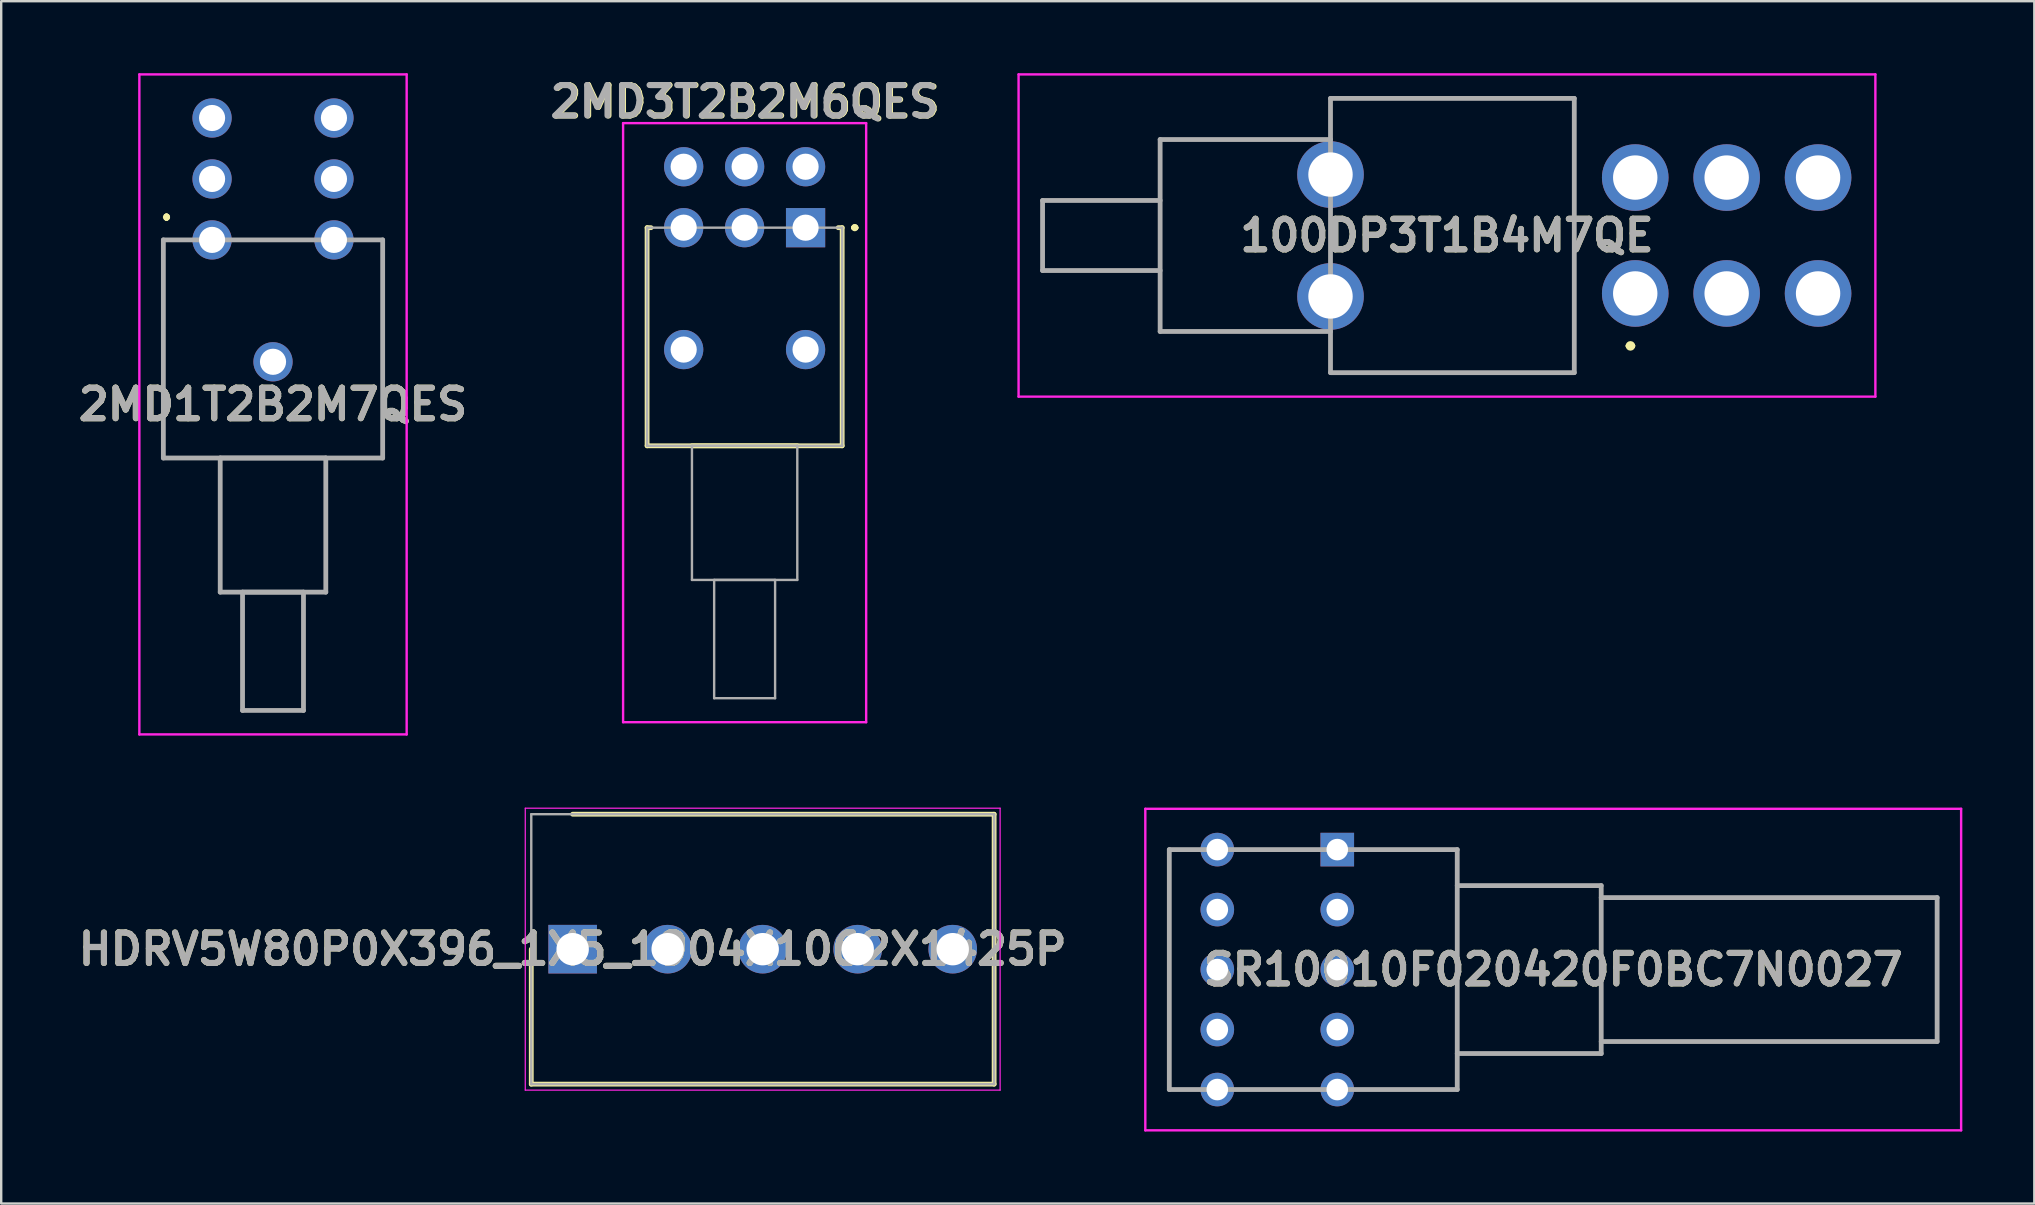
<source format=kicad_pcb>
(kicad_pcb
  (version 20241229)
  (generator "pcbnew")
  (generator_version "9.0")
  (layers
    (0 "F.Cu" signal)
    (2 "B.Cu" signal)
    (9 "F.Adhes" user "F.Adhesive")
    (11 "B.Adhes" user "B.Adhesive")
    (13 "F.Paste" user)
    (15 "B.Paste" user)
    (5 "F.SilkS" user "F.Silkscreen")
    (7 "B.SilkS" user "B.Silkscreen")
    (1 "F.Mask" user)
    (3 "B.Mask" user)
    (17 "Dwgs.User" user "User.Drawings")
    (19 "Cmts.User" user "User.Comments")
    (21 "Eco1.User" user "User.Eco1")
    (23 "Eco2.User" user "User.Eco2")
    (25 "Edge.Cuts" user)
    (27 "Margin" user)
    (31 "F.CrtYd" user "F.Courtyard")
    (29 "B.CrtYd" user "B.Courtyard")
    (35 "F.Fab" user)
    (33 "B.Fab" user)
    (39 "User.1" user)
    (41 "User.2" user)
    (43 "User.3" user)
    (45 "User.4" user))
  (footprint "100DP3T1B4M7QE"
    (layer "F.Cu")
    (at 65.1 9.18)
    (property "Reference" "100DP3T1B4M7QE" (at -7.846 -2.415 0) (layer "F.SilkS") (effects (font (size 1.27 1.27) (thickness 0.254))))
    (attr through_hole)
    (fp_line (start -24.7 -3.875) (end -24.7 -0.955) (stroke (width 0.1) (type solid)) (layer "F.SilkS"))
    (fp_line (start -24.7 -0.955) (end -19.8 -0.955) (stroke (width 0.1) (type solid)) (layer "F.SilkS"))
    (fp_line (start -20 -3.875) (end -24.7 -3.875) (stroke (width 0.1) (type solid)) (layer "F.SilkS"))
    (fp_line (start -19.8 -6.415) (end -19.8 1.585) (stroke (width 0.1) (type solid)) (layer "F.SilkS"))
    (fp_line (start -19.8 1.585) (end -14.5 1.585) (stroke (width 0.1) (type solid)) (layer "F.SilkS"))
    (fp_line (start -14.5 -6.415) (end -19.8 -6.415) (stroke (width 0.1) (type solid)) (layer "F.SilkS"))
    (fp_line (start -12.7 -8.13) (end -2.54 -8.13) (stroke (width 0.1) (type solid)) (layer "F.SilkS"))
    (fp_line (start -2.54 -8.13) (end -2.54 3.3) (stroke (width 0.1) (type solid)) (layer "F.SilkS"))
    (fp_line (start -2.54 3.3) (end -12.7 3.3) (stroke (width 0.1) (type solid)) (layer "F.SilkS"))
    (fp_line (start -0.3 2.185) (end -0.3 2.185) (stroke (width 0.2) (type solid)) (layer "F.SilkS"))
    (fp_line (start -0.1 2.185) (end -0.1 2.185) (stroke (width 0.2) (type solid)) (layer "F.SilkS"))
    (fp_arc (start -0.3 2.185) (mid -0.2 2.085) (end -0.1 2.185) (stroke (width 0.2) (type solid)) (layer "F.SilkS"))
    (fp_arc (start -0.1 2.185) (mid -0.2 2.285) (end -0.3 2.185) (stroke (width 0.2) (type solid)) (layer "F.SilkS"))
    (fp_line (start -25.7 -9.13) (end 10.008 -9.13) (stroke (width 0.1) (type solid)) (layer "F.CrtYd"))
    (fp_line (start -25.7 4.3) (end -25.7 -9.13) (stroke (width 0.1) (type solid)) (layer "F.CrtYd"))
    (fp_line (start 10.008 -9.13) (end 10.008 4.3) (stroke (width 0.1) (type solid)) (layer "F.CrtYd"))
    (fp_line (start 10.008 4.3) (end -25.7 4.3) (stroke (width 0.1) (type solid)) (layer "F.CrtYd"))
    (fp_line (start -24.7 -3.875) (end -24.7 -0.955) (stroke (width 0.2) (type solid)) (layer "F.Fab"))
    (fp_line (start -24.7 -0.955) (end -19.8 -0.955) (stroke (width 0.2) (type solid)) (layer "F.Fab"))
    (fp_line (start -19.8 -6.415) (end -19.8 1.585) (stroke (width 0.2) (type solid)) (layer "F.Fab"))
    (fp_line (start -19.8 -3.875) (end -24.7 -3.875) (stroke (width 0.2) (type solid)) (layer "F.Fab"))
    (fp_line (start -19.8 1.585) (end -12.7 1.585) (stroke (width 0.2) (type solid)) (layer "F.Fab"))
    (fp_line (start -12.7 -8.13) (end -2.54 -8.13) (stroke (width 0.2) (type solid)) (layer "F.Fab"))
    (fp_line (start -12.7 -6.415) (end -19.8 -6.415) (stroke (width 0.2) (type solid)) (layer "F.Fab"))
    (fp_line (start -12.7 3.3) (end -12.7 -8.13) (stroke (width 0.2) (type solid)) (layer "F.Fab"))
    (fp_line (start -2.54 -8.13) (end -2.54 3.3) (stroke (width 0.2) (type solid)) (layer "F.Fab"))
    (fp_line (start -2.54 3.3) (end -12.7 3.3) (stroke (width 0.2) (type solid)) (layer "F.Fab"))
    (fp_text user "${REFERENCE}" (at -7.846 -2.415 0) (layer "F.Fab") (effects (font (size 1.27 1.27) (thickness 0.254))))
    (pad "1" thru_hole circle (at 0 0) (size 2.775 2.775) (drill 1.85) (layers "*.Cu" "*.Mask"))
    (pad "2" thru_hole circle (at 3.81 0) (size 2.775 2.775) (drill 1.85) (layers "*.Cu" "*.Mask"))
    (pad "3" thru_hole circle (at 7.62 0) (size 2.775 2.775) (drill 1.85) (layers "*.Cu" "*.Mask"))
    (pad "4" thru_hole circle (at 0 -4.83) (size 2.775 2.775) (drill 1.85) (layers "*.Cu" "*.Mask"))
    (pad "5" thru_hole circle (at 3.81 -4.83) (size 2.775 2.775) (drill 1.85) (layers "*.Cu" "*.Mask"))
    (pad "6" thru_hole circle (at 7.62 -4.83) (size 2.775 2.775) (drill 1.85) (layers "*.Cu" "*.Mask"))
    (pad "MH1" thru_hole circle (at -12.7 0.125) (size 2.775 2.775) (drill 1.85) (layers "*.Cu" "*.Mask"))
    (pad "MH2" thru_hole circle (at -12.7 -4.955) (size 2.775 2.775) (drill 1.85) (layers "*.Cu" "*.Mask")))
  (footprint "2MD3T2B2M6QES"
    (layer "F.Cu")
    (at 30.523 6.439)
    (property "Reference" "2MD3T2B2M6QES" (at -2.5 -5.25 0) (layer "F.SilkS") (effects (font (size 1.27 1.27) (thickness 0.254))))
    (attr through_hole)
    (fp_line (start -6.605 0) (end -6.605 9.09) (stroke (width 0.2) (type solid)) (layer "F.SilkS"))
    (fp_line (start -6.605 9.09) (end 1.525 9.09) (stroke (width 0.2) (type solid)) (layer "F.SilkS"))
    (fp_line (start -6.44 0) (end -6.605 0) (stroke (width 0.2) (type solid)) (layer "F.SilkS"))
    (fp_line (start -4.735 9.09) (end -0.345 9.09) (stroke (width 0.2) (type solid)) (layer "F.SilkS"))
    (fp_line (start 1.525 0) (end 1.36 0) (stroke (width 0.2) (type solid)) (layer "F.SilkS"))
    (fp_line (start 1.525 9.09) (end 1.525 0) (stroke (width 0.2) (type solid)) (layer "F.SilkS"))
    (fp_line (start 2 0) (end 2 0) (stroke (width 0.2) (type solid)) (layer "F.SilkS"))
    (fp_line (start 2.1 0) (end 2.1 0) (stroke (width 0.2) (type solid)) (layer "F.SilkS"))
    (fp_line (start 2.1 0) (end 2.1 0) (stroke (width 0.2) (type solid)) (layer "F.SilkS"))
    (fp_arc (start 2 0) (mid 2.05 -0.05) (end 2.1 0) (stroke (width 0.2) (type solid)) (layer "F.SilkS"))
    (fp_arc (start 2 0) (mid 2.05 -0.05) (end 2.1 0) (stroke (width 0.2) (type solid)) (layer "F.SilkS"))
    (fp_arc (start 2.1 0) (mid 2.05 0.05) (end 2 0) (stroke (width 0.2) (type solid)) (layer "F.SilkS"))
    (fp_line (start -7.605 -4.357) (end 2.525 -4.357) (stroke (width 0.1) (type solid)) (layer "F.CrtYd"))
    (fp_line (start -7.605 20.61) (end -7.605 -4.357) (stroke (width 0.1) (type solid)) (layer "F.CrtYd"))
    (fp_line (start 2.525 -4.357) (end 2.525 20.61) (stroke (width 0.1) (type solid)) (layer "F.CrtYd"))
    (fp_line (start 2.525 20.61) (end -7.605 20.61) (stroke (width 0.1) (type solid)) (layer "F.CrtYd"))
    (fp_line (start -6.605 0) (end -6.605 9.09) (stroke (width 0.1) (type solid)) (layer "F.Fab"))
    (fp_line (start -6.605 9.09) (end 1.525 9.09) (stroke (width 0.1) (type solid)) (layer "F.Fab"))
    (fp_line (start -4.735 9.09) (end -0.345 9.09) (stroke (width 0.1) (type solid)) (layer "F.Fab"))
    (fp_line (start -4.735 14.68) (end -4.735 9.09) (stroke (width 0.1) (type solid)) (layer "F.Fab"))
    (fp_line (start -3.81 14.68) (end -1.27 14.68) (stroke (width 0.1) (type solid)) (layer "F.Fab"))
    (fp_line (start -3.81 19.61) (end -3.81 14.68) (stroke (width 0.1) (type solid)) (layer "F.Fab"))
    (fp_line (start -1.27 14.68) (end -1.27 19.61) (stroke (width 0.1) (type solid)) (layer "F.Fab"))
    (fp_line (start -1.27 19.61) (end -3.81 19.61) (stroke (width 0.1) (type solid)) (layer "F.Fab"))
    (fp_line (start -0.345 9.09) (end -0.345 14.68) (stroke (width 0.1) (type solid)) (layer "F.Fab"))
    (fp_line (start -0.345 14.68) (end -4.735 14.68) (stroke (width 0.1) (type solid)) (layer "F.Fab"))
    (fp_line (start 1.525 0) (end -6.605 0) (stroke (width 0.1) (type solid)) (layer "F.Fab"))
    (fp_line (start 1.525 9.09) (end 1.525 0) (stroke (width 0.1) (type solid)) (layer "F.Fab"))
    (fp_text user "${REFERENCE}" (at -2.54 -5.25 0) (layer "F.Fab") (effects (font (size 1.27 1.27) (thickness 0.254))))
    (pad "1" thru_hole rect (at 0 0) (size 1.635 1.635) (drill 1.09) (layers "*.Cu" "*.Mask"))
    (pad "2" thru_hole circle (at -2.54 0) (size 1.635 1.635) (drill 1.09) (layers "*.Cu" "*.Mask"))
    (pad "3" thru_hole circle (at -5.08 0) (size 1.635 1.635) (drill 1.09) (layers "*.Cu" "*.Mask"))
    (pad "4" thru_hole circle (at 0 -2.54) (size 1.635 1.635) (drill 1.09) (layers "*.Cu" "*.Mask"))
    (pad "5" thru_hole circle (at -2.54 -2.54) (size 1.635 1.635) (drill 1.09) (layers "*.Cu" "*.Mask"))
    (pad "6" thru_hole circle (at -5.08 -2.54) (size 1.635 1.635) (drill 1.09) (layers "*.Cu" "*.Mask"))
    (pad "MH1" thru_hole circle (at 0 5.08) (size 1.635 1.635) (drill 1.09) (layers "*.Cu" "*.Mask"))
    (pad "MH2" thru_hole circle (at -5.08 5.08) (size 1.635 1.635) (drill 1.09) (layers "*.Cu" "*.Mask")))
  (footprint "2MD1T2B2M7QES"
    (layer "F.Cu")
    (at 5.788 6.948)
    (property "Reference" "2MD1T2B2M7QES" (at 2.54 6.856 0) (layer "F.SilkS") (effects (font (size 1.27 1.27) (thickness 0.254))))
    (attr through_hole)
    (fp_line (start -2.03 0) (end -2.03 0) (stroke (width 0.1) (type solid)) (layer "F.SilkS"))
    (fp_line (start -2.03 0) (end -2.03 9.09) (stroke (width 0.1) (type solid)) (layer "F.SilkS"))
    (fp_line (start -2.03 9.09) (end -2.03 0) (stroke (width 0.1) (type solid)) (layer "F.SilkS"))
    (fp_line (start -2.03 9.09) (end -2.03 9.09) (stroke (width 0.1) (type solid)) (layer "F.SilkS"))
    (fp_line (start -2.03 9.09) (end -2.03 9.09) (stroke (width 0.1) (type solid)) (layer "F.SilkS"))
    (fp_line (start -2.03 9.09) (end 7.11 9.09) (stroke (width 0.1) (type solid)) (layer "F.SilkS"))
    (fp_line (start -1.9 -1) (end -1.9 -1) (stroke (width 0.2) (type solid)) (layer "F.SilkS"))
    (fp_line (start -1.9 -0.9) (end -1.9 -0.9) (stroke (width 0.2) (type solid)) (layer "F.SilkS"))
    (fp_line (start -1.9 -0.9) (end -1.9 -0.9) (stroke (width 0.2) (type solid)) (layer "F.SilkS"))
    (fp_line (start 0.34 9.09) (end 4.74 9.09) (stroke (width 0.1) (type solid)) (layer "F.SilkS"))
    (fp_line (start 0.34 14.68) (end 0.34 9.09) (stroke (width 0.1) (type solid)) (layer "F.SilkS"))
    (fp_line (start 1.27 14.68) (end 3.81 14.68) (stroke (width 0.1) (type solid)) (layer "F.SilkS"))
    (fp_line (start 1.27 19.61) (end 1.27 14.68) (stroke (width 0.1) (type solid)) (layer "F.SilkS"))
    (fp_line (start 1.54 0) (end 1.54 0) (stroke (width 0.1) (type solid)) (layer "F.SilkS"))
    (fp_line (start 1.54 0) (end 3.54 0) (stroke (width 0.1) (type solid)) (layer "F.SilkS"))
    (fp_line (start 3.54 0) (end 1.54 0) (stroke (width 0.1) (type solid)) (layer "F.SilkS"))
    (fp_line (start 3.54 0) (end 3.54 0) (stroke (width 0.1) (type solid)) (layer "F.SilkS"))
    (fp_line (start 3.81 14.68) (end 3.81 19.61) (stroke (width 0.1) (type solid)) (layer "F.SilkS"))
    (fp_line (start 3.81 19.61) (end 1.27 19.61) (stroke (width 0.1) (type solid)) (layer "F.SilkS"))
    (fp_line (start 4.74 9.09) (end 4.74 14.68) (stroke (width 0.1) (type solid)) (layer "F.SilkS"))
    (fp_line (start 4.74 14.68) (end 0.34 14.68) (stroke (width 0.1) (type solid)) (layer "F.SilkS"))
    (fp_line (start 7.11 0) (end 7.11 0) (stroke (width 0.1) (type solid)) (layer "F.SilkS"))
    (fp_line (start 7.11 0) (end 7.11 9.09) (stroke (width 0.1) (type solid)) (layer "F.SilkS"))
    (fp_line (start 7.11 9.09) (end -2.03 9.09) (stroke (width 0.1) (type solid)) (layer "F.SilkS"))
    (fp_line (start 7.11 9.09) (end 7.11 0) (stroke (width 0.1) (type solid)) (layer "F.SilkS"))
    (fp_line (start 7.11 9.09) (end 7.11 9.09) (stroke (width 0.1) (type solid)) (layer "F.SilkS"))
    (fp_line (start 7.11 9.09) (end 7.11 9.09) (stroke (width 0.1) (type solid)) (layer "F.SilkS"))
    (fp_arc (start -1.9 -1) (mid -1.85 -0.95) (end -1.9 -0.9) (stroke (width 0.2) (type solid)) (layer "F.SilkS"))
    (fp_arc (start -1.9 -1) (mid -1.85 -0.95) (end -1.9 -0.9) (stroke (width 0.2) (type solid)) (layer "F.SilkS"))
    (fp_arc (start -1.9 -0.9) (mid -1.95 -0.95) (end -1.9 -1) (stroke (width 0.2) (type solid)) (layer "F.SilkS"))
    (fp_line (start -3.03 -6.898) (end 8.11 -6.898) (stroke (width 0.1) (type solid)) (layer "F.CrtYd"))
    (fp_line (start -3.03 20.61) (end -3.03 -6.898) (stroke (width 0.1) (type solid)) (layer "F.CrtYd"))
    (fp_line (start 8.11 -6.898) (end 8.11 20.61) (stroke (width 0.1) (type solid)) (layer "F.CrtYd"))
    (fp_line (start 8.11 20.61) (end -3.03 20.61) (stroke (width 0.1) (type solid)) (layer "F.CrtYd"))
    (fp_line (start -2.03 0) (end -2.03 9.09) (stroke (width 0.2) (type solid)) (layer "F.Fab"))
    (fp_line (start -2.03 9.09) (end 7.11 9.09) (stroke (width 0.2) (type solid)) (layer "F.Fab"))
    (fp_line (start 0.34 9.09) (end 4.74 9.09) (stroke (width 0.2) (type solid)) (layer "F.Fab"))
    (fp_line (start 0.34 14.68) (end 0.34 9.09) (stroke (width 0.2) (type solid)) (layer "F.Fab"))
    (fp_line (start 1.27 14.68) (end 3.81 14.68) (stroke (width 0.2) (type solid)) (layer "F.Fab"))
    (fp_line (start 1.27 19.61) (end 1.27 14.68) (stroke (width 0.2) (type solid)) (layer "F.Fab"))
    (fp_line (start 3.81 14.68) (end 3.81 19.61) (stroke (width 0.2) (type solid)) (layer "F.Fab"))
    (fp_line (start 3.81 19.61) (end 1.27 19.61) (stroke (width 0.2) (type solid)) (layer "F.Fab"))
    (fp_line (start 4.74 9.09) (end 4.74 14.68) (stroke (width 0.2) (type solid)) (layer "F.Fab"))
    (fp_line (start 4.74 14.68) (end 0.34 14.68) (stroke (width 0.2) (type solid)) (layer "F.Fab"))
    (fp_line (start 7.11 0) (end -2.03 0) (stroke (width 0.2) (type solid)) (layer "F.Fab"))
    (fp_line (start 7.11 9.09) (end 7.11 0) (stroke (width 0.2) (type solid)) (layer "F.Fab"))
    (fp_text user "${REFERENCE}" (at 2.54 6.856 0) (layer "F.Fab") (effects (font (size 1.27 1.27) (thickness 0.254))))
    (pad "1" thru_hole circle (at 0 0) (size 1.635 1.635) (drill 1.09) (layers "*.Cu" "*.Mask"))
    (pad "2" thru_hole circle (at 0 -2.54) (size 1.635 1.635) (drill 1.09) (layers "*.Cu" "*.Mask"))
    (pad "3" thru_hole circle (at 0 -5.08) (size 1.635 1.635) (drill 1.09) (layers "*.Cu" "*.Mask"))
    (pad "4" thru_hole circle (at 5.08 0) (size 1.635 1.635) (drill 1.09) (layers "*.Cu" "*.Mask"))
    (pad "5" thru_hole circle (at 5.08 -2.54) (size 1.635 1.635) (drill 1.09) (layers "*.Cu" "*.Mask"))
    (pad "6" thru_hole circle (at 5.08 -5.08) (size 1.635 1.635) (drill 1.09) (layers "*.Cu" "*.Mask"))
    (pad "MH1" thru_hole circle (at 2.54 5.08) (size 1.635 1.635) (drill 1.09) (layers "*.Cu" "*.Mask")))
  (footprint "SR10010F020420F0BC7N0027"
    (layer "F.Cu")
    (at 52.682 32.358)
    (property "Reference" "SR10010F020420F0BC7N0027" (at 9 5 0) (layer "F.SilkS") (effects (font (size 1.27 1.27) (thickness 0.254))))
    (attr through_hole)
    (fp_line (start -7 0) (end -7 10) (stroke (width 0.1) (type solid)) (layer "F.SilkS"))
    (fp_line (start 1.5 0) (end 5 0) (stroke (width 0.1) (type solid)) (layer "F.SilkS"))
    (fp_line (start 5 0) (end 5 10) (stroke (width 0.1) (type solid)) (layer "F.SilkS"))
    (fp_line (start 5 10) (end 1.5 10) (stroke (width 0.1) (type solid)) (layer "F.SilkS"))
    (fp_line (start -8 -1.7) (end 26 -1.7) (stroke (width 0.1) (type solid)) (layer "F.CrtYd"))
    (fp_line (start -8 11.7) (end -8 -1.7) (stroke (width 0.1) (type solid)) (layer "F.CrtYd"))
    (fp_line (start 26 -1.7) (end 26 11.7) (stroke (width 0.1) (type solid)) (layer "F.CrtYd"))
    (fp_line (start 26 11.7) (end -8 11.7) (stroke (width 0.1) (type solid)) (layer "F.CrtYd"))
    (fp_line (start -7 0) (end 5 0) (stroke (width 0.2) (type solid)) (layer "F.Fab"))
    (fp_line (start -7 10) (end -7 0) (stroke (width 0.2) (type solid)) (layer "F.Fab"))
    (fp_line (start 5 0) (end 5 10) (stroke (width 0.2) (type solid)) (layer "F.Fab"))
    (fp_line (start 5 1.5) (end 11 1.5) (stroke (width 0.2) (type solid)) (layer "F.Fab"))
    (fp_line (start 5 10) (end -7 10) (stroke (width 0.2) (type solid)) (layer "F.Fab"))
    (fp_line (start 11 1.5) (end 11 8.5) (stroke (width 0.2) (type solid)) (layer "F.Fab"))
    (fp_line (start 11 2) (end 25 2) (stroke (width 0.2) (type solid)) (layer "F.Fab"))
    (fp_line (start 11 8.5) (end 5 8.5) (stroke (width 0.2) (type solid)) (layer "F.Fab"))
    (fp_line (start 25 2) (end 25 8) (stroke (width 0.2) (type solid)) (layer "F.Fab"))
    (fp_line (start 25 8) (end 11 8) (stroke (width 0.2) (type solid)) (layer "F.Fab"))
    (fp_text user "${REFERENCE}" (at 9 5 0) (layer "F.Fab") (effects (font (size 1.27 1.27) (thickness 0.254))))
    (pad "1" thru_hole rect (at 0 0) (size 1.4 1.4) (drill 0.9) (layers "*.Cu" "*.Mask"))
    (pad "2" thru_hole circle (at 0 2.5) (size 1.4 1.4) (drill 0.9) (layers "*.Cu" "*.Mask"))
    (pad "3" thru_hole circle (at 0 5) (size 1.4 1.4) (drill 0.9) (layers "*.Cu" "*.Mask"))
    (pad "4" thru_hole circle (at 0 7.5) (size 1.4 1.4) (drill 0.9) (layers "*.Cu" "*.Mask"))
    (pad "5" thru_hole circle (at 0 10) (size 1.4 1.4) (drill 0.9) (layers "*.Cu" "*.Mask"))
    (pad "6" thru_hole circle (at -5 0) (size 1.4 1.4) (drill 0.9) (layers "*.Cu" "*.Mask"))
    (pad "7" thru_hole circle (at -5 2.5) (size 1.4 1.4) (drill 0.9) (layers "*.Cu" "*.Mask"))
    (pad "8" thru_hole circle (at -5 5) (size 1.4 1.4) (drill 0.9) (layers "*.Cu" "*.Mask"))
    (pad "9" thru_hole circle (at -5 7.5) (size 1.4 1.4) (drill 0.9) (layers "*.Cu" "*.Mask"))
    (pad "10" thru_hole circle (at -5 10) (size 1.4 1.4) (drill 0.9) (layers "*.Cu" "*.Mask")))
  (footprint "HDRV5W80P0X396_1X5_1904X1062X1425P"
    (layer "F.Cu")
    (at 20.816 36.508)
    (property "Reference" "HDRV5W80P0X396_1X5_1904X1062X1425P" (at 0 0 0) (layer "F.SilkS") (effects (font (size 1.27 1.27) (thickness 0.254))))
    (attr through_hole)
    (fp_line (start -1.725 0) (end -1.725 5.625) (stroke (width 0.2) (type solid)) (layer "F.SilkS"))
    (fp_line (start -1.725 5.625) (end 17.565 5.625) (stroke (width 0.2) (type solid)) (layer "F.SilkS"))
    (fp_line (start 17.565 -5.625) (end 0 -5.625) (stroke (width 0.2) (type solid)) (layer "F.SilkS"))
    (fp_line (start 17.565 5.625) (end 17.565 -5.625) (stroke (width 0.2) (type solid)) (layer "F.SilkS"))
    (fp_line (start -1.975 -5.875) (end 17.815 -5.875) (stroke (width 0.05) (type solid)) (layer "F.CrtYd"))
    (fp_line (start -1.975 5.875) (end -1.975 -5.875) (stroke (width 0.05) (type solid)) (layer "F.CrtYd"))
    (fp_line (start 17.815 -5.875) (end 17.815 5.875) (stroke (width 0.05) (type solid)) (layer "F.CrtYd"))
    (fp_line (start 17.815 5.875) (end -1.975 5.875) (stroke (width 0.05) (type solid)) (layer "F.CrtYd"))
    (fp_line (start -1.725 -5.625) (end 17.565 -5.625) (stroke (width 0.1) (type solid)) (layer "F.Fab"))
    (fp_line (start -1.725 5.625) (end -1.725 -5.625) (stroke (width 0.1) (type solid)) (layer "F.Fab"))
    (fp_line (start 17.565 -5.625) (end 17.565 5.625) (stroke (width 0.1) (type solid)) (layer "F.Fab"))
    (fp_line (start 17.565 5.625) (end -1.725 5.625) (stroke (width 0.1) (type solid)) (layer "F.Fab"))
    (fp_text user "${REFERENCE}" (at 0 0 0) (layer "F.Fab") (effects (font (size 1.27 1.27) (thickness 0.254))))
    (pad "1" thru_hole rect (at 0 0) (size 2.025 2.025) (drill 1.35) (layers "*.Cu" "*.Mask"))
    (pad "2" thru_hole circle (at 3.96 0) (size 2.025 2.025) (drill 1.35) (layers "*.Cu" "*.Mask"))
    (pad "3" thru_hole circle (at 7.92 0) (size 2.025 2.025) (drill 1.35) (layers "*.Cu" "*.Mask"))
    (pad "4" thru_hole circle (at 11.88 0) (size 2.025 2.025) (drill 1.35) (layers "*.Cu" "*.Mask"))
    (pad "5" thru_hole circle (at 15.84 0) (size 2.025 2.025) (drill 1.35) (layers "*.Cu" "*.Mask")))
  (gr_rect
    (start -3 -3)
    (end 81.732 47.108)
    (stroke (width 0.1) (type default))
    (fill no)
    (layer "Edge.Cuts")))
</source>
